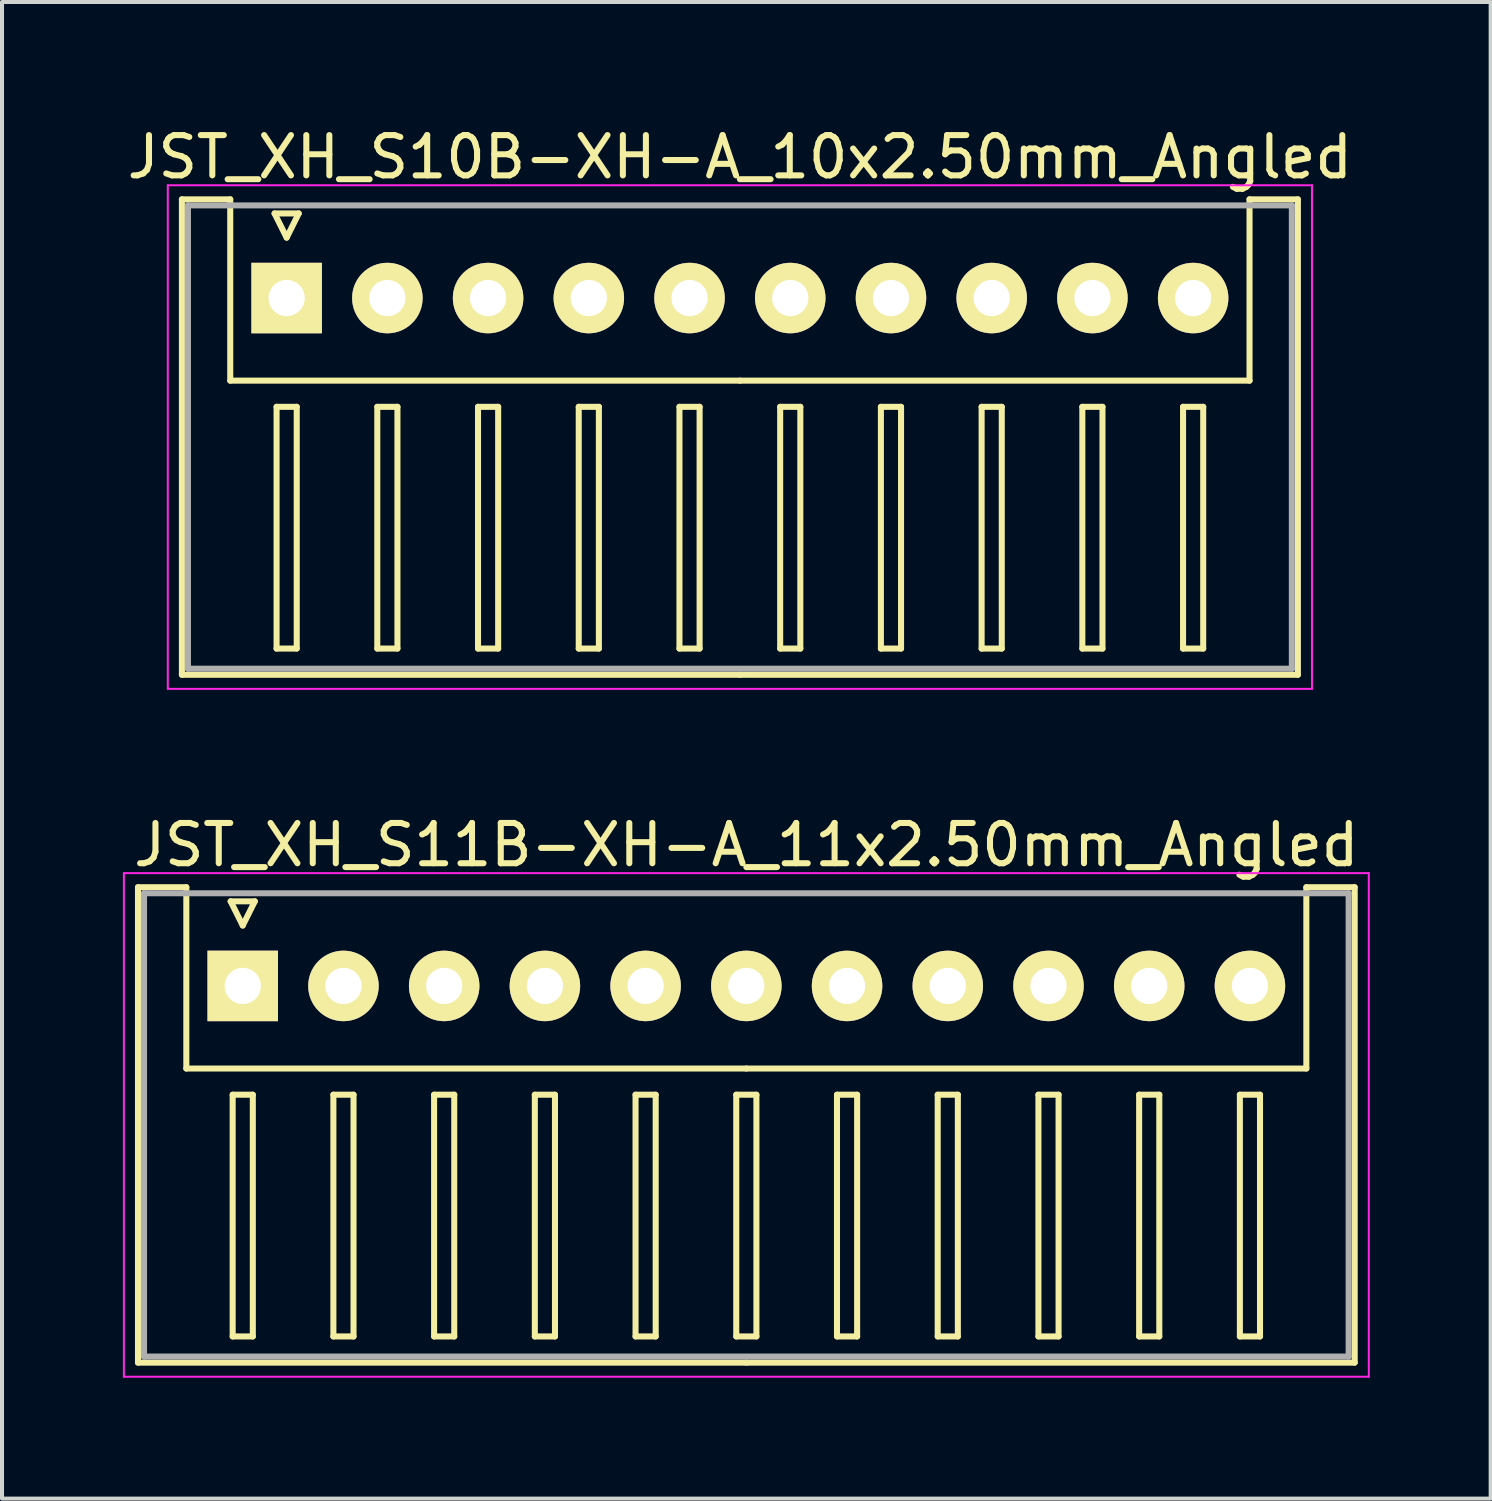
<source format=kicad_pcb>
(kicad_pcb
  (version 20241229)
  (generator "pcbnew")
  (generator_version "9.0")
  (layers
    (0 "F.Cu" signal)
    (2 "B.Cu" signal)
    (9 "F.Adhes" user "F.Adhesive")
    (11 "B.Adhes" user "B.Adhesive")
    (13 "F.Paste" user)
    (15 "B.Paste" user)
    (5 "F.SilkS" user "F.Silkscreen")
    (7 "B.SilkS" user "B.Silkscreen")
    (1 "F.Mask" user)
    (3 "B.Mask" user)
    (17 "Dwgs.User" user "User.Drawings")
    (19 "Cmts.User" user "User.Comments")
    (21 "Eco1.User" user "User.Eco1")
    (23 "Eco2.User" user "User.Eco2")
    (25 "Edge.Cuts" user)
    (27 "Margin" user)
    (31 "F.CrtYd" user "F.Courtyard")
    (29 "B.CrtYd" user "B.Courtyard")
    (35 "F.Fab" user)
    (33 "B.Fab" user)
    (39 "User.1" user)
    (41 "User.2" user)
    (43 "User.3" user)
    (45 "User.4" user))
  (footprint "JST_XH_S11B-XH-A_11x2.50mm_Angled"
    (layer "F.Cu")
    (at 2.975 21.422)
    (property "Reference" "JST_XH_S11B-XH-A_11x2.50mm_Angled" (at 12.5 -3.5 0) (layer "F.SilkS") (effects (font (size 1 1) (thickness 0.15))))
    (attr through_hole)
    (fp_line (start -2.6 -2.45) (end -1.4 -2.45) (stroke (width 0.15) (type solid)) (layer "F.SilkS"))
    (fp_line (start -2.6 9.35) (end -2.6 -2.45) (stroke (width 0.15) (type solid)) (layer "F.SilkS"))
    (fp_line (start -1.4 -2.45) (end -1.4 2.05) (stroke (width 0.15) (type solid)) (layer "F.SilkS"))
    (fp_line (start -1.4 2.05) (end 12.5 2.05) (stroke (width 0.15) (type solid)) (layer "F.SilkS"))
    (fp_line (start -0.3 -2.1) (end 0.3 -2.1) (stroke (width 0.15) (type solid)) (layer "F.SilkS"))
    (fp_line (start -0.25 2.7) (end -0.25 8.7) (stroke (width 0.15) (type solid)) (layer "F.SilkS"))
    (fp_line (start -0.25 8.7) (end 0.25 8.7) (stroke (width 0.15) (type solid)) (layer "F.SilkS"))
    (fp_line (start 0 -1.5) (end -0.3 -2.1) (stroke (width 0.15) (type solid)) (layer "F.SilkS"))
    (fp_line (start 0.25 2.7) (end -0.25 2.7) (stroke (width 0.15) (type solid)) (layer "F.SilkS"))
    (fp_line (start 0.25 8.7) (end 0.25 2.7) (stroke (width 0.15) (type solid)) (layer "F.SilkS"))
    (fp_line (start 0.3 -2.1) (end 0 -1.5) (stroke (width 0.15) (type solid)) (layer "F.SilkS"))
    (fp_line (start 2.25 2.7) (end 2.25 8.7) (stroke (width 0.15) (type solid)) (layer "F.SilkS"))
    (fp_line (start 2.25 8.7) (end 2.75 8.7) (stroke (width 0.15) (type solid)) (layer "F.SilkS"))
    (fp_line (start 2.75 2.7) (end 2.25 2.7) (stroke (width 0.15) (type solid)) (layer "F.SilkS"))
    (fp_line (start 2.75 8.7) (end 2.75 2.7) (stroke (width 0.15) (type solid)) (layer "F.SilkS"))
    (fp_line (start 4.75 2.7) (end 4.75 8.7) (stroke (width 0.15) (type solid)) (layer "F.SilkS"))
    (fp_line (start 4.75 8.7) (end 5.25 8.7) (stroke (width 0.15) (type solid)) (layer "F.SilkS"))
    (fp_line (start 5.25 2.7) (end 4.75 2.7) (stroke (width 0.15) (type solid)) (layer "F.SilkS"))
    (fp_line (start 5.25 8.7) (end 5.25 2.7) (stroke (width 0.15) (type solid)) (layer "F.SilkS"))
    (fp_line (start 7.25 2.7) (end 7.25 8.7) (stroke (width 0.15) (type solid)) (layer "F.SilkS"))
    (fp_line (start 7.25 8.7) (end 7.75 8.7) (stroke (width 0.15) (type solid)) (layer "F.SilkS"))
    (fp_line (start 7.75 2.7) (end 7.25 2.7) (stroke (width 0.15) (type solid)) (layer "F.SilkS"))
    (fp_line (start 7.75 8.7) (end 7.75 2.7) (stroke (width 0.15) (type solid)) (layer "F.SilkS"))
    (fp_line (start 9.75 2.7) (end 9.75 8.7) (stroke (width 0.15) (type solid)) (layer "F.SilkS"))
    (fp_line (start 9.75 8.7) (end 10.25 8.7) (stroke (width 0.15) (type solid)) (layer "F.SilkS"))
    (fp_line (start 10.25 2.7) (end 9.75 2.7) (stroke (width 0.15) (type solid)) (layer "F.SilkS"))
    (fp_line (start 10.25 8.7) (end 10.25 2.7) (stroke (width 0.15) (type solid)) (layer "F.SilkS"))
    (fp_line (start 12.25 2.7) (end 12.25 8.7) (stroke (width 0.15) (type solid)) (layer "F.SilkS"))
    (fp_line (start 12.25 8.7) (end 12.75 8.7) (stroke (width 0.15) (type solid)) (layer "F.SilkS"))
    (fp_line (start 12.5 9.35) (end -2.6 9.35) (stroke (width 0.15) (type solid)) (layer "F.SilkS"))
    (fp_line (start 12.5 9.35) (end 27.6 9.35) (stroke (width 0.15) (type solid)) (layer "F.SilkS"))
    (fp_line (start 12.75 2.7) (end 12.25 2.7) (stroke (width 0.15) (type solid)) (layer "F.SilkS"))
    (fp_line (start 12.75 8.7) (end 12.75 2.7) (stroke (width 0.15) (type solid)) (layer "F.SilkS"))
    (fp_line (start 14.75 2.7) (end 14.75 8.7) (stroke (width 0.15) (type solid)) (layer "F.SilkS"))
    (fp_line (start 14.75 8.7) (end 15.25 8.7) (stroke (width 0.15) (type solid)) (layer "F.SilkS"))
    (fp_line (start 15.25 2.7) (end 14.75 2.7) (stroke (width 0.15) (type solid)) (layer "F.SilkS"))
    (fp_line (start 15.25 8.7) (end 15.25 2.7) (stroke (width 0.15) (type solid)) (layer "F.SilkS"))
    (fp_line (start 17.25 2.7) (end 17.25 8.7) (stroke (width 0.15) (type solid)) (layer "F.SilkS"))
    (fp_line (start 17.25 8.7) (end 17.75 8.7) (stroke (width 0.15) (type solid)) (layer "F.SilkS"))
    (fp_line (start 17.75 2.7) (end 17.25 2.7) (stroke (width 0.15) (type solid)) (layer "F.SilkS"))
    (fp_line (start 17.75 8.7) (end 17.75 2.7) (stroke (width 0.15) (type solid)) (layer "F.SilkS"))
    (fp_line (start 19.75 2.7) (end 19.75 8.7) (stroke (width 0.15) (type solid)) (layer "F.SilkS"))
    (fp_line (start 19.75 8.7) (end 20.25 8.7) (stroke (width 0.15) (type solid)) (layer "F.SilkS"))
    (fp_line (start 20.25 2.7) (end 19.75 2.7) (stroke (width 0.15) (type solid)) (layer "F.SilkS"))
    (fp_line (start 20.25 8.7) (end 20.25 2.7) (stroke (width 0.15) (type solid)) (layer "F.SilkS"))
    (fp_line (start 22.25 2.7) (end 22.25 8.7) (stroke (width 0.15) (type solid)) (layer "F.SilkS"))
    (fp_line (start 22.25 8.7) (end 22.75 8.7) (stroke (width 0.15) (type solid)) (layer "F.SilkS"))
    (fp_line (start 22.75 2.7) (end 22.25 2.7) (stroke (width 0.15) (type solid)) (layer "F.SilkS"))
    (fp_line (start 22.75 8.7) (end 22.75 2.7) (stroke (width 0.15) (type solid)) (layer "F.SilkS"))
    (fp_line (start 24.75 2.7) (end 24.75 8.7) (stroke (width 0.15) (type solid)) (layer "F.SilkS"))
    (fp_line (start 24.75 8.7) (end 25.25 8.7) (stroke (width 0.15) (type solid)) (layer "F.SilkS"))
    (fp_line (start 25.25 2.7) (end 24.75 2.7) (stroke (width 0.15) (type solid)) (layer "F.SilkS"))
    (fp_line (start 25.25 8.7) (end 25.25 2.7) (stroke (width 0.15) (type solid)) (layer "F.SilkS"))
    (fp_line (start 26.4 -2.45) (end 26.4 2.05) (stroke (width 0.15) (type solid)) (layer "F.SilkS"))
    (fp_line (start 26.4 2.05) (end 12.5 2.05) (stroke (width 0.15) (type solid)) (layer "F.SilkS"))
    (fp_line (start 27.6 -2.45) (end 26.4 -2.45) (stroke (width 0.15) (type solid)) (layer "F.SilkS"))
    (fp_line (start 27.6 9.35) (end 27.6 -2.45) (stroke (width 0.15) (type solid)) (layer "F.SilkS"))
    (fp_line (start -2.95 -2.8) (end -2.95 9.7) (stroke (width 0.05) (type solid)) (layer "F.CrtYd"))
    (fp_line (start -2.95 9.7) (end 27.95 9.7) (stroke (width 0.05) (type solid)) (layer "F.CrtYd"))
    (fp_line (start 27.95 -2.8) (end -2.95 -2.8) (stroke (width 0.05) (type solid)) (layer "F.CrtYd"))
    (fp_line (start 27.95 9.7) (end 27.95 -2.8) (stroke (width 0.05) (type solid)) (layer "F.CrtYd"))
    (fp_line (start -2.45 -2.3) (end -2.45 9.2) (stroke (width 0.15) (type solid)) (layer "F.Fab"))
    (fp_line (start -2.45 9.2) (end 27.45 9.2) (stroke (width 0.15) (type solid)) (layer "F.Fab"))
    (fp_line (start 27.45 -2.3) (end -2.45 -2.3) (stroke (width 0.15) (type solid)) (layer "F.Fab"))
    (fp_line (start 27.45 9.2) (end 27.45 -2.3) (stroke (width 0.15) (type solid)) (layer "F.Fab"))
    (pad "1" thru_hole rect (at 0 0) (size 1.75 1.75) (drill 0.9) (layers "*.Cu" "*.Mask" "F.SilkS"))
    (pad "2" thru_hole circle (at 2.5 0) (size 1.75 1.75) (drill 0.9) (layers "*.Cu" "*.Mask" "F.SilkS"))
    (pad "3" thru_hole circle (at 5 0) (size 1.75 1.75) (drill 0.9) (layers "*.Cu" "*.Mask" "F.SilkS"))
    (pad "4" thru_hole circle (at 7.5 0) (size 1.75 1.75) (drill 0.9) (layers "*.Cu" "*.Mask" "F.SilkS"))
    (pad "5" thru_hole circle (at 10 0) (size 1.75 1.75) (drill 0.9) (layers "*.Cu" "*.Mask" "F.SilkS"))
    (pad "6" thru_hole circle (at 12.5 0) (size 1.75 1.75) (drill 0.9) (layers "*.Cu" "*.Mask" "F.SilkS"))
    (pad "7" thru_hole circle (at 15 0) (size 1.75 1.75) (drill 0.9) (layers "*.Cu" "*.Mask" "F.SilkS"))
    (pad "8" thru_hole circle (at 17.5 0) (size 1.75 1.75) (drill 0.9) (layers "*.Cu" "*.Mask" "F.SilkS"))
    (pad "9" thru_hole circle (at 20 0) (size 1.75 1.75) (drill 0.9) (layers "*.Cu" "*.Mask" "F.SilkS"))
    (pad "10" thru_hole circle (at 22.5 0) (size 1.75 1.75) (drill 0.9) (layers "*.Cu" "*.Mask" "F.SilkS"))
    (pad "11" thru_hole circle (at 25 0) (size 1.75 1.75) (drill 0.9) (layers "*.Cu" "*.Mask" "F.SilkS")))
  (footprint "JST_XH_S10B-XH-A_10x2.50mm_Angled"
    (layer "F.Cu")
    (at 4.065 4.348)
    (property "Reference" "JST_XH_S10B-XH-A_10x2.50mm_Angled" (at 11.25 -3.5 0) (layer "F.SilkS") (effects (font (size 1 1) (thickness 0.15))))
    (attr through_hole)
    (fp_line (start -2.6 -2.45) (end -1.4 -2.45) (stroke (width 0.15) (type solid)) (layer "F.SilkS"))
    (fp_line (start -2.6 9.35) (end -2.6 -2.45) (stroke (width 0.15) (type solid)) (layer "F.SilkS"))
    (fp_line (start -1.4 -2.45) (end -1.4 2.05) (stroke (width 0.15) (type solid)) (layer "F.SilkS"))
    (fp_line (start -1.4 2.05) (end 11.25 2.05) (stroke (width 0.15) (type solid)) (layer "F.SilkS"))
    (fp_line (start -0.3 -2.1) (end 0.3 -2.1) (stroke (width 0.15) (type solid)) (layer "F.SilkS"))
    (fp_line (start -0.25 2.7) (end -0.25 8.7) (stroke (width 0.15) (type solid)) (layer "F.SilkS"))
    (fp_line (start -0.25 8.7) (end 0.25 8.7) (stroke (width 0.15) (type solid)) (layer "F.SilkS"))
    (fp_line (start 0 -1.5) (end -0.3 -2.1) (stroke (width 0.15) (type solid)) (layer "F.SilkS"))
    (fp_line (start 0.25 2.7) (end -0.25 2.7) (stroke (width 0.15) (type solid)) (layer "F.SilkS"))
    (fp_line (start 0.25 8.7) (end 0.25 2.7) (stroke (width 0.15) (type solid)) (layer "F.SilkS"))
    (fp_line (start 0.3 -2.1) (end 0 -1.5) (stroke (width 0.15) (type solid)) (layer "F.SilkS"))
    (fp_line (start 2.25 2.7) (end 2.25 8.7) (stroke (width 0.15) (type solid)) (layer "F.SilkS"))
    (fp_line (start 2.25 8.7) (end 2.75 8.7) (stroke (width 0.15) (type solid)) (layer "F.SilkS"))
    (fp_line (start 2.75 2.7) (end 2.25 2.7) (stroke (width 0.15) (type solid)) (layer "F.SilkS"))
    (fp_line (start 2.75 8.7) (end 2.75 2.7) (stroke (width 0.15) (type solid)) (layer "F.SilkS"))
    (fp_line (start 4.75 2.7) (end 4.75 8.7) (stroke (width 0.15) (type solid)) (layer "F.SilkS"))
    (fp_line (start 4.75 8.7) (end 5.25 8.7) (stroke (width 0.15) (type solid)) (layer "F.SilkS"))
    (fp_line (start 5.25 2.7) (end 4.75 2.7) (stroke (width 0.15) (type solid)) (layer "F.SilkS"))
    (fp_line (start 5.25 8.7) (end 5.25 2.7) (stroke (width 0.15) (type solid)) (layer "F.SilkS"))
    (fp_line (start 7.25 2.7) (end 7.25 8.7) (stroke (width 0.15) (type solid)) (layer "F.SilkS"))
    (fp_line (start 7.25 8.7) (end 7.75 8.7) (stroke (width 0.15) (type solid)) (layer "F.SilkS"))
    (fp_line (start 7.75 2.7) (end 7.25 2.7) (stroke (width 0.15) (type solid)) (layer "F.SilkS"))
    (fp_line (start 7.75 8.7) (end 7.75 2.7) (stroke (width 0.15) (type solid)) (layer "F.SilkS"))
    (fp_line (start 9.75 2.7) (end 9.75 8.7) (stroke (width 0.15) (type solid)) (layer "F.SilkS"))
    (fp_line (start 9.75 8.7) (end 10.25 8.7) (stroke (width 0.15) (type solid)) (layer "F.SilkS"))
    (fp_line (start 10.25 2.7) (end 9.75 2.7) (stroke (width 0.15) (type solid)) (layer "F.SilkS"))
    (fp_line (start 10.25 8.7) (end 10.25 2.7) (stroke (width 0.15) (type solid)) (layer "F.SilkS"))
    (fp_line (start 11.25 9.35) (end -2.6 9.35) (stroke (width 0.15) (type solid)) (layer "F.SilkS"))
    (fp_line (start 11.25 9.35) (end 25.1 9.35) (stroke (width 0.15) (type solid)) (layer "F.SilkS"))
    (fp_line (start 12.25 2.7) (end 12.25 8.7) (stroke (width 0.15) (type solid)) (layer "F.SilkS"))
    (fp_line (start 12.25 8.7) (end 12.75 8.7) (stroke (width 0.15) (type solid)) (layer "F.SilkS"))
    (fp_line (start 12.75 2.7) (end 12.25 2.7) (stroke (width 0.15) (type solid)) (layer "F.SilkS"))
    (fp_line (start 12.75 8.7) (end 12.75 2.7) (stroke (width 0.15) (type solid)) (layer "F.SilkS"))
    (fp_line (start 14.75 2.7) (end 14.75 8.7) (stroke (width 0.15) (type solid)) (layer "F.SilkS"))
    (fp_line (start 14.75 8.7) (end 15.25 8.7) (stroke (width 0.15) (type solid)) (layer "F.SilkS"))
    (fp_line (start 15.25 2.7) (end 14.75 2.7) (stroke (width 0.15) (type solid)) (layer "F.SilkS"))
    (fp_line (start 15.25 8.7) (end 15.25 2.7) (stroke (width 0.15) (type solid)) (layer "F.SilkS"))
    (fp_line (start 17.25 2.7) (end 17.25 8.7) (stroke (width 0.15) (type solid)) (layer "F.SilkS"))
    (fp_line (start 17.25 8.7) (end 17.75 8.7) (stroke (width 0.15) (type solid)) (layer "F.SilkS"))
    (fp_line (start 17.75 2.7) (end 17.25 2.7) (stroke (width 0.15) (type solid)) (layer "F.SilkS"))
    (fp_line (start 17.75 8.7) (end 17.75 2.7) (stroke (width 0.15) (type solid)) (layer "F.SilkS"))
    (fp_line (start 19.75 2.7) (end 19.75 8.7) (stroke (width 0.15) (type solid)) (layer "F.SilkS"))
    (fp_line (start 19.75 8.7) (end 20.25 8.7) (stroke (width 0.15) (type solid)) (layer "F.SilkS"))
    (fp_line (start 20.25 2.7) (end 19.75 2.7) (stroke (width 0.15) (type solid)) (layer "F.SilkS"))
    (fp_line (start 20.25 8.7) (end 20.25 2.7) (stroke (width 0.15) (type solid)) (layer "F.SilkS"))
    (fp_line (start 22.25 2.7) (end 22.25 8.7) (stroke (width 0.15) (type solid)) (layer "F.SilkS"))
    (fp_line (start 22.25 8.7) (end 22.75 8.7) (stroke (width 0.15) (type solid)) (layer "F.SilkS"))
    (fp_line (start 22.75 2.7) (end 22.25 2.7) (stroke (width 0.15) (type solid)) (layer "F.SilkS"))
    (fp_line (start 22.75 8.7) (end 22.75 2.7) (stroke (width 0.15) (type solid)) (layer "F.SilkS"))
    (fp_line (start 23.9 -2.45) (end 23.9 2.05) (stroke (width 0.15) (type solid)) (layer "F.SilkS"))
    (fp_line (start 23.9 2.05) (end 11.25 2.05) (stroke (width 0.15) (type solid)) (layer "F.SilkS"))
    (fp_line (start 25.1 -2.45) (end 23.9 -2.45) (stroke (width 0.15) (type solid)) (layer "F.SilkS"))
    (fp_line (start 25.1 9.35) (end 25.1 -2.45) (stroke (width 0.15) (type solid)) (layer "F.SilkS"))
    (fp_line (start -2.95 -2.8) (end -2.95 9.7) (stroke (width 0.05) (type solid)) (layer "F.CrtYd"))
    (fp_line (start -2.95 9.7) (end 25.45 9.7) (stroke (width 0.05) (type solid)) (layer "F.CrtYd"))
    (fp_line (start 25.45 -2.8) (end -2.95 -2.8) (stroke (width 0.05) (type solid)) (layer "F.CrtYd"))
    (fp_line (start 25.45 9.7) (end 25.45 -2.8) (stroke (width 0.05) (type solid)) (layer "F.CrtYd"))
    (fp_line (start -2.45 -2.3) (end -2.45 9.2) (stroke (width 0.15) (type solid)) (layer "F.Fab"))
    (fp_line (start -2.45 9.2) (end 24.95 9.2) (stroke (width 0.15) (type solid)) (layer "F.Fab"))
    (fp_line (start 24.95 -2.3) (end -2.45 -2.3) (stroke (width 0.15) (type solid)) (layer "F.Fab"))
    (fp_line (start 24.95 9.2) (end 24.95 -2.3) (stroke (width 0.15) (type solid)) (layer "F.Fab"))
    (pad "1" thru_hole rect (at 0 0) (size 1.75 1.75) (drill 0.9) (layers "*.Cu" "*.Mask" "F.SilkS"))
    (pad "2" thru_hole circle (at 2.5 0) (size 1.75 1.75) (drill 0.9) (layers "*.Cu" "*.Mask" "F.SilkS"))
    (pad "3" thru_hole circle (at 5 0) (size 1.75 1.75) (drill 0.9) (layers "*.Cu" "*.Mask" "F.SilkS"))
    (pad "4" thru_hole circle (at 7.5 0) (size 1.75 1.75) (drill 0.9) (layers "*.Cu" "*.Mask" "F.SilkS"))
    (pad "5" thru_hole circle (at 10 0) (size 1.75 1.75) (drill 0.9) (layers "*.Cu" "*.Mask" "F.SilkS"))
    (pad "6" thru_hole circle (at 12.5 0) (size 1.75 1.75) (drill 0.9) (layers "*.Cu" "*.Mask" "F.SilkS"))
    (pad "7" thru_hole circle (at 15 0) (size 1.75 1.75) (drill 0.9) (layers "*.Cu" "*.Mask" "F.SilkS"))
    (pad "8" thru_hole circle (at 17.5 0) (size 1.75 1.75) (drill 0.9) (layers "*.Cu" "*.Mask" "F.SilkS"))
    (pad "9" thru_hole circle (at 20 0) (size 1.75 1.75) (drill 0.9) (layers "*.Cu" "*.Mask" "F.SilkS"))
    (pad "10" thru_hole circle (at 22.5 0) (size 1.75 1.75) (drill 0.9) (layers "*.Cu" "*.Mask" "F.SilkS")))
  (gr_rect
    (start -3 -3)
    (end 33.95 34.147)
    (stroke (width 0.1) (type default))
    (fill no)
    (layer "Edge.Cuts")))
</source>
